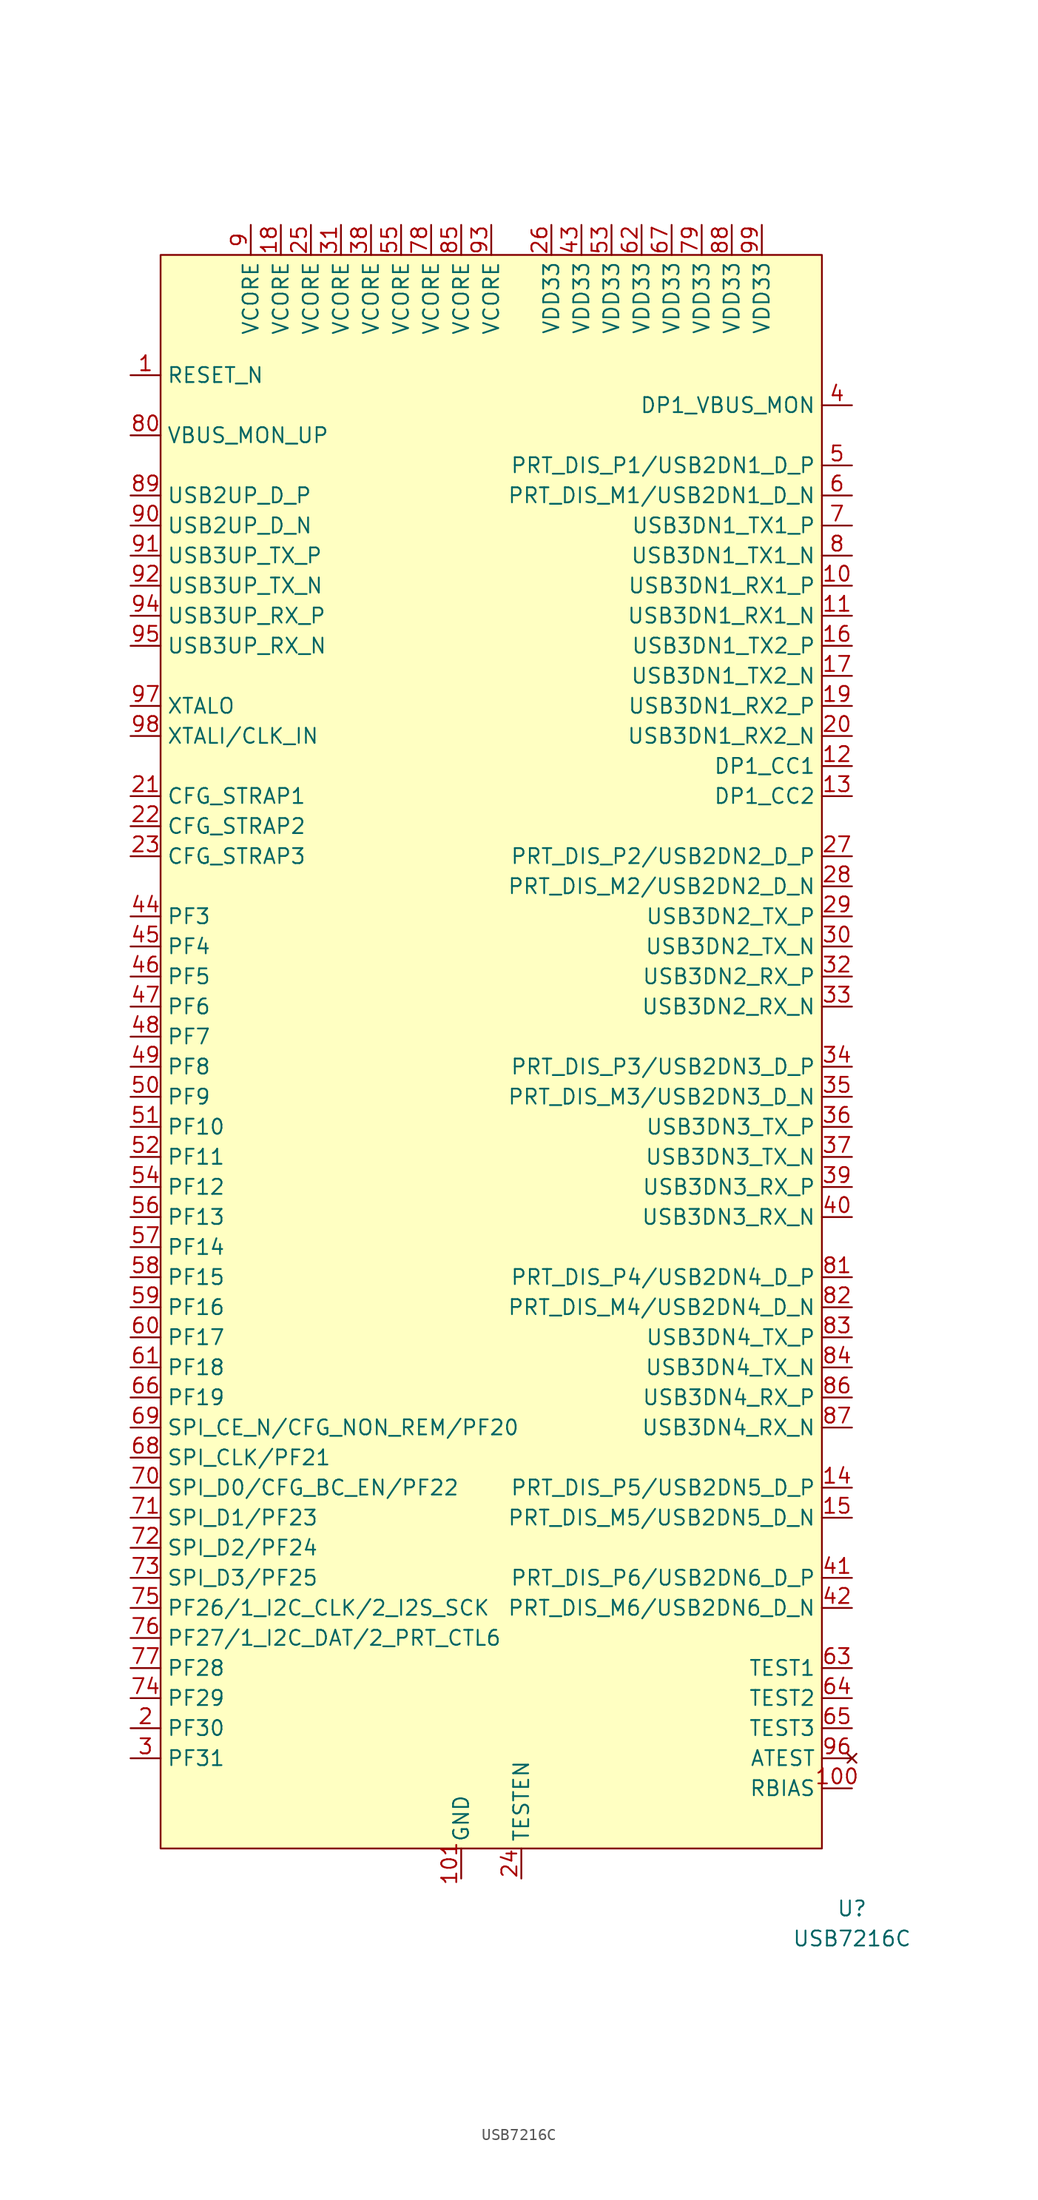
<source format=kicad_sym>
(kicad_symbol_lib
  (version 20210619)
  (generator kicad_symbol_editor)
  (symbol "usb_controller:USB7216C"
    (property "Reference" "U"
      (at 30.48 -71.12 0)
      (effects (font (size 1.27 1.27))))
    (property "Value" "USB7216C"
      (at 30.48 -73.66 0)
      (effects (font (size 1.27 1.27))))
    (symbol "USB7216C_0_1"
      (rectangle (start -27.94 68.58) (end 27.94 -66.04) (stroke (width 0.152)) (fill (type background))))
    (symbol "USB7216C_1_1"
      (pin input line (at -30.48 58.42 0) (length 2.54) (name "RESET_N" (effects (font (size 1.27 1.27)))) (number "1" (effects (font (size 1.27 1.27)))))
      (pin input line (at 30.48 40.64 180) (length 2.54) (name "USB3DN1_RX1_P" (effects (font (size 1.27 1.27)))) (number "10" (effects (font (size 1.27 1.27)))))
      (pin input line (at 30.48 -60.96 180) (length 2.54) (name "RBIAS" (effects (font (size 1.27 1.27)))) (number "100" (effects (font (size 1.27 1.27)))))
      (pin power_in line (at -2.54 -68.58 90) (length 2.54) (name "GND" (effects (font (size 1.27 1.27)))) (number "101" (effects (font (size 1.27 1.27)))))
      (pin input line (at 30.48 38.1 180) (length 2.54) (name "USB3DN1_RX1_N" (effects (font (size 1.27 1.27)))) (number "11" (effects (font (size 1.27 1.27)))))
      (pin input line (at 30.48 25.4 180) (length 2.54) (name "DP1_CC1" (effects (font (size 1.27 1.27)))) (number "12" (effects (font (size 1.27 1.27)))))
      (pin input line (at 30.48 22.86 180) (length 2.54) (name "DP1_CC2" (effects (font (size 1.27 1.27)))) (number "13" (effects (font (size 1.27 1.27)))))
      (pin input line (at 30.48 -35.56 180) (length 2.54) (name "PRT_DIS_P5/USB2DN5_D_P" (effects (font (size 1.27 1.27)))) (number "14" (effects (font (size 1.27 1.27)))))
      (pin input line (at 30.48 -38.1 180) (length 2.54) (name "PRT_DIS_M5/USB2DN5_D_N" (effects (font (size 1.27 1.27)))) (number "15" (effects (font (size 1.27 1.27)))))
      (pin output line (at 30.48 35.56 180) (length 2.54) (name "USB3DN1_TX2_P" (effects (font (size 1.27 1.27)))) (number "16" (effects (font (size 1.27 1.27)))))
      (pin output line (at 30.48 33.02 180) (length 2.54) (name "USB3DN1_TX2_N" (effects (font (size 1.27 1.27)))) (number "17" (effects (font (size 1.27 1.27)))))
      (pin power_in line (at -17.78 71.12 270) (length 2.54) (name "VCORE" (effects (font (size 1.27 1.27)))) (number "18" (effects (font (size 1.27 1.27)))))
      (pin input line (at 30.48 30.48 180) (length 2.54) (name "USB3DN1_RX2_P" (effects (font (size 1.27 1.27)))) (number "19" (effects (font (size 1.27 1.27)))))
      (pin input line (at -30.48 -55.88 0) (length 2.54) (name "PF30" (effects (font (size 1.27 1.27)))) (number "2" (effects (font (size 1.27 1.27)))))
      (pin input line (at 30.48 27.94 180) (length 2.54) (name "USB3DN1_RX2_N" (effects (font (size 1.27 1.27)))) (number "20" (effects (font (size 1.27 1.27)))))
      (pin input line (at -30.48 22.86 0) (length 2.54) (name "CFG_STRAP1" (effects (font (size 1.27 1.27)))) (number "21" (effects (font (size 1.27 1.27)))))
      (pin input line (at -30.48 20.32 0) (length 2.54) (name "CFG_STRAP2" (effects (font (size 1.27 1.27)))) (number "22" (effects (font (size 1.27 1.27)))))
      (pin input line (at -30.48 17.78 0) (length 2.54) (name "CFG_STRAP3" (effects (font (size 1.27 1.27)))) (number "23" (effects (font (size 1.27 1.27)))))
      (pin input line (at 2.54 -68.58 90) (length 2.54) (name "TESTEN" (effects (font (size 1.27 1.27)))) (number "24" (effects (font (size 1.27 1.27)))))
      (pin power_in line (at -15.24 71.12 270) (length 2.54) (name "VCORE" (effects (font (size 1.27 1.27)))) (number "25" (effects (font (size 1.27 1.27)))))
      (pin power_in line (at 5.08 71.12 270) (length 2.54) (name "VDD33" (effects (font (size 1.27 1.27)))) (number "26" (effects (font (size 1.27 1.27)))))
      (pin input line (at 30.48 17.78 180) (length 2.54) (name "PRT_DIS_P2/USB2DN2_D_P" (effects (font (size 1.27 1.27)))) (number "27" (effects (font (size 1.27 1.27)))))
      (pin input line (at 30.48 15.24 180) (length 2.54) (name "PRT_DIS_M2/USB2DN2_D_N" (effects (font (size 1.27 1.27)))) (number "28" (effects (font (size 1.27 1.27)))))
      (pin output line (at 30.48 12.7 180) (length 2.54) (name "USB3DN2_TX_P" (effects (font (size 1.27 1.27)))) (number "29" (effects (font (size 1.27 1.27)))))
      (pin input line (at -30.48 -58.42 0) (length 2.54) (name "PF31" (effects (font (size 1.27 1.27)))) (number "3" (effects (font (size 1.27 1.27)))))
      (pin output line (at 30.48 10.16 180) (length 2.54) (name "USB3DN2_TX_N" (effects (font (size 1.27 1.27)))) (number "30" (effects (font (size 1.27 1.27)))))
      (pin power_in line (at -12.7 71.12 270) (length 2.54) (name "VCORE" (effects (font (size 1.27 1.27)))) (number "31" (effects (font (size 1.27 1.27)))))
      (pin input line (at 30.48 7.62 180) (length 2.54) (name "USB3DN2_RX_P" (effects (font (size 1.27 1.27)))) (number "32" (effects (font (size 1.27 1.27)))))
      (pin input line (at 30.48 5.08 180) (length 2.54) (name "USB3DN2_RX_N" (effects (font (size 1.27 1.27)))) (number "33" (effects (font (size 1.27 1.27)))))
      (pin input line (at 30.48 0 180) (length 2.54) (name "PRT_DIS_P3/USB2DN3_D_P" (effects (font (size 1.27 1.27)))) (number "34" (effects (font (size 1.27 1.27)))))
      (pin input line (at 30.48 -2.54 180) (length 2.54) (name "PRT_DIS_M3/USB2DN3_D_N" (effects (font (size 1.27 1.27)))) (number "35" (effects (font (size 1.27 1.27)))))
      (pin output line (at 30.48 -5.08 180) (length 2.54) (name "USB3DN3_TX_P" (effects (font (size 1.27 1.27)))) (number "36" (effects (font (size 1.27 1.27)))))
      (pin output line (at 30.48 -7.62 180) (length 2.54) (name "USB3DN3_TX_N" (effects (font (size 1.27 1.27)))) (number "37" (effects (font (size 1.27 1.27)))))
      (pin power_in line (at -10.16 71.12 270) (length 2.54) (name "VCORE" (effects (font (size 1.27 1.27)))) (number "38" (effects (font (size 1.27 1.27)))))
      (pin input line (at 30.48 -10.16 180) (length 2.54) (name "USB3DN3_RX_P" (effects (font (size 1.27 1.27)))) (number "39" (effects (font (size 1.27 1.27)))))
      (pin input line (at 30.48 55.88 180) (length 2.54) (name "DP1_VBUS_MON" (effects (font (size 1.27 1.27)))) (number "4" (effects (font (size 1.27 1.27)))))
      (pin input line (at 30.48 -12.7 180) (length 2.54) (name "USB3DN3_RX_N" (effects (font (size 1.27 1.27)))) (number "40" (effects (font (size 1.27 1.27)))))
      (pin input line (at 30.48 -43.18 180) (length 2.54) (name "PRT_DIS_P6/USB2DN6_D_P" (effects (font (size 1.27 1.27)))) (number "41" (effects (font (size 1.27 1.27)))))
      (pin input line (at 30.48 -45.72 180) (length 2.54) (name "PRT_DIS_M6/USB2DN6_D_N" (effects (font (size 1.27 1.27)))) (number "42" (effects (font (size 1.27 1.27)))))
      (pin power_in line (at 7.62 71.12 270) (length 2.54) (name "VDD33" (effects (font (size 1.27 1.27)))) (number "43" (effects (font (size 1.27 1.27)))))
      (pin input line (at -30.48 12.7 0) (length 2.54) (name "PF3" (effects (font (size 1.27 1.27)))) (number "44" (effects (font (size 1.27 1.27)))))
      (pin input line (at -30.48 10.16 0) (length 2.54) (name "PF4" (effects (font (size 1.27 1.27)))) (number "45" (effects (font (size 1.27 1.27)))))
      (pin input line (at -30.48 7.62 0) (length 2.54) (name "PF5" (effects (font (size 1.27 1.27)))) (number "46" (effects (font (size 1.27 1.27)))))
      (pin input line (at -30.48 5.08 0) (length 2.54) (name "PF6" (effects (font (size 1.27 1.27)))) (number "47" (effects (font (size 1.27 1.27)))))
      (pin input line (at -30.48 2.54 0) (length 2.54) (name "PF7" (effects (font (size 1.27 1.27)))) (number "48" (effects (font (size 1.27 1.27)))))
      (pin input line (at -30.48 0 0) (length 2.54) (name "PF8" (effects (font (size 1.27 1.27)))) (number "49" (effects (font (size 1.27 1.27)))))
      (pin input line (at 30.48 50.8 180) (length 2.54) (name "PRT_DIS_P1/USB2DN1_D_P" (effects (font (size 1.27 1.27)))) (number "5" (effects (font (size 1.27 1.27)))))
      (pin input line (at -30.48 -2.54 0) (length 2.54) (name "PF9" (effects (font (size 1.27 1.27)))) (number "50" (effects (font (size 1.27 1.27)))))
      (pin input line (at -30.48 -5.08 0) (length 2.54) (name "PF10" (effects (font (size 1.27 1.27)))) (number "51" (effects (font (size 1.27 1.27)))))
      (pin input line (at -30.48 -7.62 0) (length 2.54) (name "PF11" (effects (font (size 1.27 1.27)))) (number "52" (effects (font (size 1.27 1.27)))))
      (pin power_in line (at 10.16 71.12 270) (length 2.54) (name "VDD33" (effects (font (size 1.27 1.27)))) (number "53" (effects (font (size 1.27 1.27)))))
      (pin input line (at -30.48 -10.16 0) (length 2.54) (name "PF12" (effects (font (size 1.27 1.27)))) (number "54" (effects (font (size 1.27 1.27)))))
      (pin power_in line (at -7.62 71.12 270) (length 2.54) (name "VCORE" (effects (font (size 1.27 1.27)))) (number "55" (effects (font (size 1.27 1.27)))))
      (pin input line (at -30.48 -12.7 0) (length 2.54) (name "PF13" (effects (font (size 1.27 1.27)))) (number "56" (effects (font (size 1.27 1.27)))))
      (pin input line (at -30.48 -15.24 0) (length 2.54) (name "PF14" (effects (font (size 1.27 1.27)))) (number "57" (effects (font (size 1.27 1.27)))))
      (pin input line (at -30.48 -17.78 0) (length 2.54) (name "PF15" (effects (font (size 1.27 1.27)))) (number "58" (effects (font (size 1.27 1.27)))))
      (pin input line (at -30.48 -20.32 0) (length 2.54) (name "PF16" (effects (font (size 1.27 1.27)))) (number "59" (effects (font (size 1.27 1.27)))))
      (pin input line (at 30.48 48.26 180) (length 2.54) (name "PRT_DIS_M1/USB2DN1_D_N" (effects (font (size 1.27 1.27)))) (number "6" (effects (font (size 1.27 1.27)))))
      (pin input line (at -30.48 -22.86 0) (length 2.54) (name "PF17" (effects (font (size 1.27 1.27)))) (number "60" (effects (font (size 1.27 1.27)))))
      (pin input line (at -30.48 -25.4 0) (length 2.54) (name "PF18" (effects (font (size 1.27 1.27)))) (number "61" (effects (font (size 1.27 1.27)))))
      (pin power_in line (at 12.7 71.12 270) (length 2.54) (name "VDD33" (effects (font (size 1.27 1.27)))) (number "62" (effects (font (size 1.27 1.27)))))
      (pin input line (at 30.48 -50.8 180) (length 2.54) (name "TEST1" (effects (font (size 1.27 1.27)))) (number "63" (effects (font (size 1.27 1.27)))))
      (pin input line (at 30.48 -53.34 180) (length 2.54) (name "TEST2" (effects (font (size 1.27 1.27)))) (number "64" (effects (font (size 1.27 1.27)))))
      (pin input line (at 30.48 -55.88 180) (length 2.54) (name "TEST3" (effects (font (size 1.27 1.27)))) (number "65" (effects (font (size 1.27 1.27)))))
      (pin input line (at -30.48 -27.94 0) (length 2.54) (name "PF19" (effects (font (size 1.27 1.27)))) (number "66" (effects (font (size 1.27 1.27)))))
      (pin power_in line (at 15.24 71.12 270) (length 2.54) (name "VDD33" (effects (font (size 1.27 1.27)))) (number "67" (effects (font (size 1.27 1.27)))))
      (pin input line (at -30.48 -33.02 0) (length 2.54) (name "SPI_CLK/PF21" (effects (font (size 1.27 1.27)))) (number "68" (effects (font (size 1.27 1.27)))))
      (pin input line (at -30.48 -30.48 0) (length 2.54) (name "SPI_CE_N/CFG_NON_REM/PF20" (effects (font (size 1.27 1.27)))) (number "69" (effects (font (size 1.27 1.27)))))
      (pin output line (at 30.48 45.72 180) (length 2.54) (name "USB3DN1_TX1_P" (effects (font (size 1.27 1.27)))) (number "7" (effects (font (size 1.27 1.27)))))
      (pin input line (at -30.48 -35.56 0) (length 2.54) (name "SPI_D0/CFG_BC_EN/PF22" (effects (font (size 1.27 1.27)))) (number "70" (effects (font (size 1.27 1.27)))))
      (pin input line (at -30.48 -38.1 0) (length 2.54) (name "SPI_D1/PF23" (effects (font (size 1.27 1.27)))) (number "71" (effects (font (size 1.27 1.27)))))
      (pin input line (at -30.48 -40.64 0) (length 2.54) (name "SPI_D2/PF24" (effects (font (size 1.27 1.27)))) (number "72" (effects (font (size 1.27 1.27)))))
      (pin input line (at -30.48 -43.18 0) (length 2.54) (name "SPI_D3/PF25" (effects (font (size 1.27 1.27)))) (number "73" (effects (font (size 1.27 1.27)))))
      (pin input line (at -30.48 -53.34 0) (length 2.54) (name "PF29" (effects (font (size 1.27 1.27)))) (number "74" (effects (font (size 1.27 1.27)))))
      (pin input line (at -30.48 -45.72 0) (length 2.54) (name "PF26/1_I2C_CLK/2_I2S_SCK" (effects (font (size 1.27 1.27)))) (number "75" (effects (font (size 1.27 1.27)))))
      (pin input line (at -30.48 -48.26 0) (length 2.54) (name "PF27/1_I2C_DAT/2_PRT_CTL6" (effects (font (size 1.27 1.27)))) (number "76" (effects (font (size 1.27 1.27)))))
      (pin input line (at -30.48 -50.8 0) (length 2.54) (name "PF28" (effects (font (size 1.27 1.27)))) (number "77" (effects (font (size 1.27 1.27)))))
      (pin power_in line (at -5.08 71.12 270) (length 2.54) (name "VCORE" (effects (font (size 1.27 1.27)))) (number "78" (effects (font (size 1.27 1.27)))))
      (pin power_in line (at 17.78 71.12 270) (length 2.54) (name "VDD33" (effects (font (size 1.27 1.27)))) (number "79" (effects (font (size 1.27 1.27)))))
      (pin output line (at 30.48 43.18 180) (length 2.54) (name "USB3DN1_TX1_N" (effects (font (size 1.27 1.27)))) (number "8" (effects (font (size 1.27 1.27)))))
      (pin input line (at -30.48 53.34 0) (length 2.54) (name "VBUS_MON_UP" (effects (font (size 1.27 1.27)))) (number "80" (effects (font (size 1.27 1.27)))))
      (pin input line (at 30.48 -17.78 180) (length 2.54) (name "PRT_DIS_P4/USB2DN4_D_P" (effects (font (size 1.27 1.27)))) (number "81" (effects (font (size 1.27 1.27)))))
      (pin input line (at 30.48 -20.32 180) (length 2.54) (name "PRT_DIS_M4/USB2DN4_D_N" (effects (font (size 1.27 1.27)))) (number "82" (effects (font (size 1.27 1.27)))))
      (pin output line (at 30.48 -22.86 180) (length 2.54) (name "USB3DN4_TX_P" (effects (font (size 1.27 1.27)))) (number "83" (effects (font (size 1.27 1.27)))))
      (pin output line (at 30.48 -25.4 180) (length 2.54) (name "USB3DN4_TX_N" (effects (font (size 1.27 1.27)))) (number "84" (effects (font (size 1.27 1.27)))))
      (pin power_in line (at -2.54 71.12 270) (length 2.54) (name "VCORE" (effects (font (size 1.27 1.27)))) (number "85" (effects (font (size 1.27 1.27)))))
      (pin input line (at 30.48 -27.94 180) (length 2.54) (name "USB3DN4_RX_P" (effects (font (size 1.27 1.27)))) (number "86" (effects (font (size 1.27 1.27)))))
      (pin input line (at 30.48 -30.48 180) (length 2.54) (name "USB3DN4_RX_N" (effects (font (size 1.27 1.27)))) (number "87" (effects (font (size 1.27 1.27)))))
      (pin power_in line (at 20.32 71.12 270) (length 2.54) (name "VDD33" (effects (font (size 1.27 1.27)))) (number "88" (effects (font (size 1.27 1.27)))))
      (pin input line (at -30.48 48.26 0) (length 2.54) (name "USB2UP_D_P" (effects (font (size 1.27 1.27)))) (number "89" (effects (font (size 1.27 1.27)))))
      (pin power_in line (at -20.32 71.12 270) (length 2.54) (name "VCORE" (effects (font (size 1.27 1.27)))) (number "9" (effects (font (size 1.27 1.27)))))
      (pin input line (at -30.48 45.72 0) (length 2.54) (name "USB2UP_D_N" (effects (font (size 1.27 1.27)))) (number "90" (effects (font (size 1.27 1.27)))))
      (pin output line (at -30.48 43.18 0) (length 2.54) (name "USB3UP_TX_P" (effects (font (size 1.27 1.27)))) (number "91" (effects (font (size 1.27 1.27)))))
      (pin output line (at -30.48 40.64 0) (length 2.54) (name "USB3UP_TX_N" (effects (font (size 1.27 1.27)))) (number "92" (effects (font (size 1.27 1.27)))))
      (pin power_in line (at 0 71.12 270) (length 2.54) (name "VCORE" (effects (font (size 1.27 1.27)))) (number "93" (effects (font (size 1.27 1.27)))))
      (pin input line (at -30.48 38.1 0) (length 2.54) (name "USB3UP_RX_P" (effects (font (size 1.27 1.27)))) (number "94" (effects (font (size 1.27 1.27)))))
      (pin input line (at -30.48 35.56 0) (length 2.54) (name "USB3UP_RX_N" (effects (font (size 1.27 1.27)))) (number "95" (effects (font (size 1.27 1.27)))))
      (pin no_connect line (at 30.48 -58.42 180) (length 2.54) (name "ATEST" (effects (font (size 1.27 1.27)))) (number "96" (effects (font (size 1.27 1.27)))))
      (pin input line (at -30.48 30.48 0) (length 2.54) (name "XTALO" (effects (font (size 1.27 1.27)))) (number "97" (effects (font (size 1.27 1.27)))))
      (pin input line (at -30.48 27.94 0) (length 2.54) (name "XTALI/CLK_IN" (effects (font (size 1.27 1.27)))) (number "98" (effects (font (size 1.27 1.27)))))
      (pin power_in line (at 22.86 71.12 270) (length 2.54) (name "VDD33" (effects (font (size 1.27 1.27)))) (number "99" (effects (font (size 1.27 1.27))))))))
</source>
